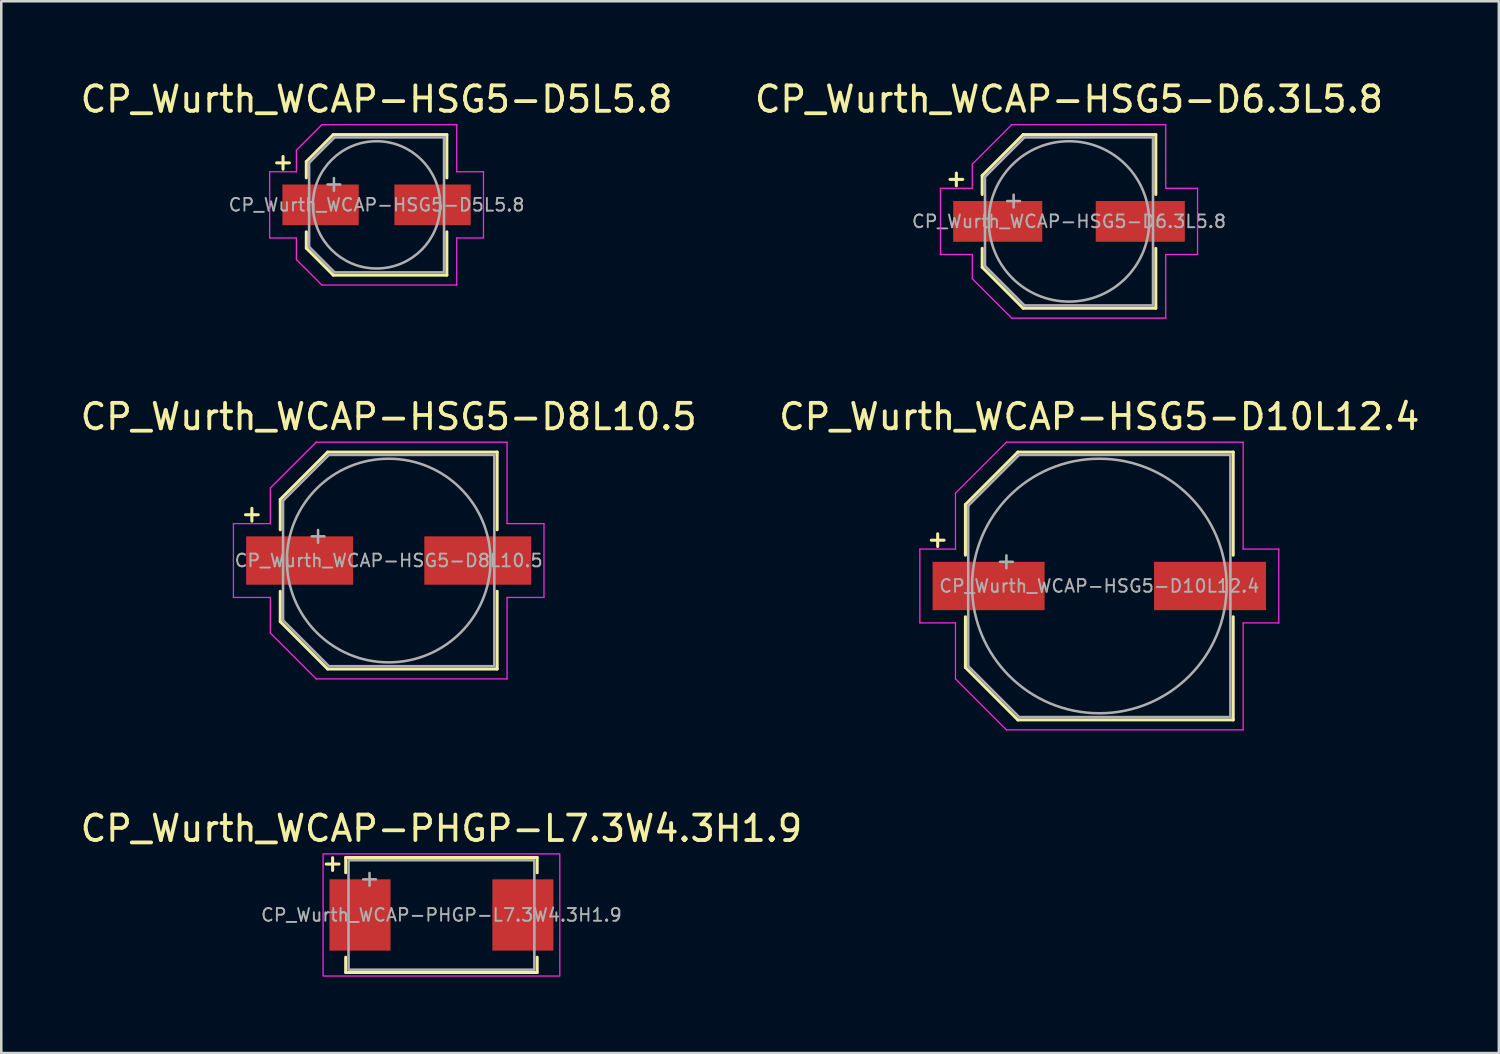
<source format=kicad_pcb>
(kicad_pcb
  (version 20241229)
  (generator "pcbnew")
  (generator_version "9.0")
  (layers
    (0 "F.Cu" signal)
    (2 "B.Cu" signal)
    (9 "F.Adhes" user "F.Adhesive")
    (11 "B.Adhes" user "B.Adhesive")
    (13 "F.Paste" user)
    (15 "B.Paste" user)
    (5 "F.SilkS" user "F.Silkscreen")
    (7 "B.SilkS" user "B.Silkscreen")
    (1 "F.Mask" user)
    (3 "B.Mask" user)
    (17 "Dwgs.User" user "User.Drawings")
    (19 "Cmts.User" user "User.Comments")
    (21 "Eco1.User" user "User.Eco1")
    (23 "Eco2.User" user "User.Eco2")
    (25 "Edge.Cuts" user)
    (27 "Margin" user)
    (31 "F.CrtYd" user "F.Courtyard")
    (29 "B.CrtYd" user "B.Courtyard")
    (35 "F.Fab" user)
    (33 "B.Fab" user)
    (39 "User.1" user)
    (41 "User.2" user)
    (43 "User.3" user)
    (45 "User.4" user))
  (footprint "CP_Wurth_WCAP-HSG5-D10L12.4"
    (layer "F.Cu")
    (at 40.137 19.971)
    (property "Reference" "CP_Wurth_WCAP-HSG5-D10L12.4" (at 0 -6.65 0) (unlocked yes) (layer "F.SilkS") (effects (font (size 1 1) (thickness 0.15))))
    (attr smd)
    (fp_line (start -6.35 -1.55) (end -6.35 -2.05) (stroke (width 0.12) (type solid)) (layer "F.SilkS"))
    (fp_line (start -6.1 -1.8) (end -6.6 -1.8) (stroke (width 0.12) (type solid)) (layer "F.SilkS"))
    (fp_line (start -5.26 -3.2) (end -5.26 -1.21) (stroke (width 0.12) (type default)) (layer "F.SilkS"))
    (fp_line (start -5.26 -3.2) (end -3.2 -5.26) (stroke (width 0.12) (type default)) (layer "F.SilkS"))
    (fp_line (start -5.26 3.2) (end -5.26 1.21) (stroke (width 0.12) (type default)) (layer "F.SilkS"))
    (fp_line (start -5.26 3.2) (end -3.2 5.26) (stroke (width 0.12) (type default)) (layer "F.SilkS"))
    (fp_line (start -3.2 -5.26) (end 5.26 -5.26) (stroke (width 0.12) (type solid)) (layer "F.SilkS"))
    (fp_line (start -3.2 5.26) (end 5.26 5.26) (stroke (width 0.12) (type solid)) (layer "F.SilkS"))
    (fp_line (start 5.26 -5.26) (end 5.26 -1.21) (stroke (width 0.12) (type default)) (layer "F.SilkS"))
    (fp_line (start 5.26 1.21) (end 5.26 5.26) (stroke (width 0.12) (type default)) (layer "F.SilkS"))
    (fp_line (start -7.05 -1.45) (end -7.05 1.45) (stroke (width 0.05) (type default)) (layer "F.CrtYd"))
    (fp_line (start -7.05 -1.45) (end -5.65 -1.45) (stroke (width 0.05) (type default)) (layer "F.CrtYd"))
    (fp_line (start -7.05 1.45) (end -5.65 1.45) (stroke (width 0.05) (type default)) (layer "F.CrtYd"))
    (fp_line (start -5.65 -3.65) (end -5.65 -1.45) (stroke (width 0.05) (type default)) (layer "F.CrtYd"))
    (fp_line (start -5.65 -3.65) (end -3.65 -5.65) (stroke (width 0.05) (type default)) (layer "F.CrtYd"))
    (fp_line (start -5.65 1.45) (end -5.65 3.65) (stroke (width 0.05) (type default)) (layer "F.CrtYd"))
    (fp_line (start -5.65 3.65) (end -3.65 5.65) (stroke (width 0.05) (type default)) (layer "F.CrtYd"))
    (fp_line (start -3.65 -5.65) (end 5.65 -5.65) (stroke (width 0.05) (type default)) (layer "F.CrtYd"))
    (fp_line (start -3.65 5.65) (end 5.65 5.65) (stroke (width 0.05) (type default)) (layer "F.CrtYd"))
    (fp_line (start 5.65 -5.65) (end 5.65 -1.45) (stroke (width 0.05) (type default)) (layer "F.CrtYd"))
    (fp_line (start 5.65 -1.45) (end 7.05 -1.45) (stroke (width 0.05) (type default)) (layer "F.CrtYd"))
    (fp_line (start 5.65 1.45) (end 5.65 5.65) (stroke (width 0.05) (type default)) (layer "F.CrtYd"))
    (fp_line (start 5.65 1.45) (end 7.05 1.45) (stroke (width 0.05) (type default)) (layer "F.CrtYd"))
    (fp_line (start 7.05 -1.45) (end 7.05 1.45) (stroke (width 0.05) (type default)) (layer "F.CrtYd"))
    (fp_line (start -5.15 -3.15) (end -3.15 -5.15) (stroke (width 0.1) (type default)) (layer "F.Fab"))
    (fp_line (start -5.15 3.15) (end -5.15 -3.15) (stroke (width 0.1) (type default)) (layer "F.Fab"))
    (fp_line (start -3.65 -0.7) (end -3.65 -1.2) (stroke (width 0.1) (type default)) (layer "F.Fab"))
    (fp_line (start -3.4 -0.95) (end -3.9 -0.95) (stroke (width 0.1) (type default)) (layer "F.Fab"))
    (fp_line (start -3.15 -5.15) (end 5.15 -5.15) (stroke (width 0.1) (type default)) (layer "F.Fab"))
    (fp_line (start -3.15 5.15) (end -5.15 3.15) (stroke (width 0.1) (type default)) (layer "F.Fab"))
    (fp_line (start 5.15 -5.15) (end 5.15 5.15) (stroke (width 0.1) (type default)) (layer "F.Fab"))
    (fp_line (start 5.15 5.15) (end -3.15 5.15) (stroke (width 0.1) (type default)) (layer "F.Fab"))
    (fp_circle (center 0 0) (end 5 0) (stroke (width 0.1) (type default)) (fill no) (layer "F.Fab"))
    (fp_text user "${REFERENCE}" (at 0 0 0) (unlocked yes) (layer "F.Fab") (effects (font (size 0.5 0.5) (thickness 0.075))))
    (pad "1" smd rect (at -4.35 0) (size 4.4 1.9) (layers "F.Cu" "F.Mask" "F.Paste"))
    (pad "2" smd rect (at 4.35 0) (size 4.4 1.9) (layers "F.Cu" "F.Mask" "F.Paste")))
  (footprint "CP_Wurth_WCAP-PHGP-L7.3W4.3H1.9"
    (layer "F.Cu")
    (at 14.292 32.895)
    (property "Reference" "CP_Wurth_WCAP-PHGP-L7.3W4.3H1.9" (at 0 -3.4 0) (unlocked yes) (layer "F.SilkS") (effects (font (size 1 1) (thickness 0.15))))
    (attr smd)
    (fp_line (start -4.275 -1.75) (end -4.275 -2.25) (stroke (width 0.12) (type solid)) (layer "F.SilkS"))
    (fp_line (start -4.025 -2) (end -4.525 -2) (stroke (width 0.12) (type solid)) (layer "F.SilkS"))
    (fp_line (start -3.76 -2.26) (end -3.76 -1.66) (stroke (width 0.12) (type solid)) (layer "F.SilkS"))
    (fp_line (start -3.76 -2.26) (end 3.76 -2.26) (stroke (width 0.12) (type solid)) (layer "F.SilkS"))
    (fp_line (start -3.76 2.26) (end -3.76 1.66) (stroke (width 0.12) (type solid)) (layer "F.SilkS"))
    (fp_line (start -3.76 2.26) (end 3.76 2.26) (stroke (width 0.12) (type solid)) (layer "F.SilkS"))
    (fp_line (start 3.76 -2.26) (end 3.76 -1.66) (stroke (width 0.12) (type solid)) (layer "F.SilkS"))
    (fp_line (start 3.76 2.26) (end 3.76 1.66) (stroke (width 0.12) (type solid)) (layer "F.SilkS"))
    (fp_rect (start -4.65 -2.4) (end 4.65 2.4) (stroke (width 0.05) (type solid)) (fill no) (layer "F.CrtYd"))
    (fp_line (start -2.825 -1.15) (end -2.825 -1.65) (stroke (width 0.1) (type default)) (layer "F.Fab"))
    (fp_line (start -2.575 -1.4) (end -3.075 -1.4) (stroke (width 0.1) (type default)) (layer "F.Fab"))
    (fp_rect (start -3.65 -2.15) (end 3.65 2.15) (stroke (width 0.1) (type solid)) (fill no) (layer "F.Fab"))
    (fp_text user "${REFERENCE}" (at 0 0 0) (unlocked yes) (layer "F.Fab") (effects (font (size 0.5 0.5) (thickness 0.075))))
    (pad "1" smd rect (at -3.2 0) (size 2.4 2.8) (layers "F.Cu" "F.Mask" "F.Paste"))
    (pad "2" smd rect (at 3.2 0) (size 2.4 2.8) (layers "F.Cu" "F.Mask" "F.Paste")))
  (footprint "CP_Wurth_WCAP-HSG5-D8L10.5"
    (layer "F.Cu")
    (at 12.22 18.971)
    (property "Reference" "CP_Wurth_WCAP-HSG5-D8L10.5" (at 0 -5.65 0) (unlocked yes) (layer "F.SilkS") (effects (font (size 1 1) (thickness 0.15))))
    (attr smd)
    (fp_line (start -5.375 -1.55) (end -5.375 -2.05) (stroke (width 0.12) (type solid)) (layer "F.SilkS"))
    (fp_line (start -5.125 -1.8) (end -5.625 -1.8) (stroke (width 0.12) (type solid)) (layer "F.SilkS"))
    (fp_line (start -4.26 -2.4) (end -4.26 -1.21) (stroke (width 0.12) (type default)) (layer "F.SilkS"))
    (fp_line (start -4.26 -2.4) (end -2.4 -4.26) (stroke (width 0.12) (type default)) (layer "F.SilkS"))
    (fp_line (start -4.26 2.4) (end -4.26 1.21) (stroke (width 0.12) (type default)) (layer "F.SilkS"))
    (fp_line (start -4.26 2.4) (end -2.4 4.26) (stroke (width 0.12) (type default)) (layer "F.SilkS"))
    (fp_line (start -2.4 -4.26) (end 4.26 -4.26) (stroke (width 0.12) (type solid)) (layer "F.SilkS"))
    (fp_line (start -2.4 4.26) (end 4.26 4.26) (stroke (width 0.12) (type solid)) (layer "F.SilkS"))
    (fp_line (start 4.26 -4.26) (end 4.26 -1.21) (stroke (width 0.12) (type default)) (layer "F.SilkS"))
    (fp_line (start 4.26 1.21) (end 4.26 4.26) (stroke (width 0.12) (type default)) (layer "F.SilkS"))
    (fp_line (start -6.1 -1.45) (end -6.1 1.45) (stroke (width 0.05) (type default)) (layer "F.CrtYd"))
    (fp_line (start -6.1 -1.45) (end -4.65 -1.45) (stroke (width 0.05) (type default)) (layer "F.CrtYd"))
    (fp_line (start -6.1 1.45) (end -4.65 1.45) (stroke (width 0.05) (type default)) (layer "F.CrtYd"))
    (fp_line (start -4.65 -2.85) (end -4.65 -1.45) (stroke (width 0.05) (type default)) (layer "F.CrtYd"))
    (fp_line (start -4.65 -2.85) (end -2.85 -4.65) (stroke (width 0.05) (type default)) (layer "F.CrtYd"))
    (fp_line (start -4.65 1.45) (end -4.65 2.85) (stroke (width 0.05) (type default)) (layer "F.CrtYd"))
    (fp_line (start -4.65 2.85) (end -2.85 4.65) (stroke (width 0.05) (type default)) (layer "F.CrtYd"))
    (fp_line (start -2.85 -4.65) (end 4.65 -4.65) (stroke (width 0.05) (type default)) (layer "F.CrtYd"))
    (fp_line (start -2.85 4.65) (end 4.65 4.65) (stroke (width 0.05) (type default)) (layer "F.CrtYd"))
    (fp_line (start 4.65 -4.65) (end 4.65 -1.45) (stroke (width 0.05) (type default)) (layer "F.CrtYd"))
    (fp_line (start 4.65 -1.45) (end 6.1 -1.45) (stroke (width 0.05) (type default)) (layer "F.CrtYd"))
    (fp_line (start 4.65 1.45) (end 4.65 4.65) (stroke (width 0.05) (type default)) (layer "F.CrtYd"))
    (fp_line (start 4.65 1.45) (end 6.1 1.45) (stroke (width 0.05) (type default)) (layer "F.CrtYd"))
    (fp_line (start 6.1 -1.45) (end 6.1 1.45) (stroke (width 0.05) (type default)) (layer "F.CrtYd"))
    (fp_line (start -4.15 -2.35) (end -2.35 -4.15) (stroke (width 0.1) (type default)) (layer "F.Fab"))
    (fp_line (start -4.15 2.35) (end -4.15 -2.35) (stroke (width 0.1) (type default)) (layer "F.Fab"))
    (fp_line (start -2.775 -0.7) (end -2.775 -1.2) (stroke (width 0.1) (type default)) (layer "F.Fab"))
    (fp_line (start -2.525 -0.95) (end -3.025 -0.95) (stroke (width 0.1) (type default)) (layer "F.Fab"))
    (fp_line (start -2.35 -4.15) (end 4.15 -4.15) (stroke (width 0.1) (type default)) (layer "F.Fab"))
    (fp_line (start -2.35 4.15) (end -4.15 2.35) (stroke (width 0.1) (type default)) (layer "F.Fab"))
    (fp_line (start 4.15 -4.15) (end 4.15 4.15) (stroke (width 0.1) (type default)) (layer "F.Fab"))
    (fp_line (start 4.15 4.15) (end -2.35 4.15) (stroke (width 0.1) (type default)) (layer "F.Fab"))
    (fp_circle (center 0 0) (end 4 0) (stroke (width 0.1) (type default)) (fill no) (layer "F.Fab"))
    (fp_text user "${REFERENCE}" (at 0 0 0) (unlocked yes) (layer "F.Fab") (effects (font (size 0.5 0.5) (thickness 0.075))))
    (pad "1" smd rect (at -3.5 0) (size 4.2 1.9) (layers "F.Cu" "F.Mask" "F.Paste"))
    (pad "2" smd rect (at 3.5 0) (size 4.2 1.9) (layers "F.Cu" "F.Mask" "F.Paste")))
  (footprint "CP_Wurth_WCAP-HSG5-D6.3L5.8"
    (layer "F.Cu")
    (at 38.946 5.648)
    (property "Reference" "CP_Wurth_WCAP-HSG5-D6.3L5.8" (at 0 -4.8 0) (unlocked yes) (layer "F.SilkS") (effects (font (size 1 1) (thickness 0.15))))
    (attr smd)
    (fp_line (start -4.425 -1.4) (end -4.425 -1.9) (stroke (width 0.12) (type solid)) (layer "F.SilkS"))
    (fp_line (start -4.175 -1.65) (end -4.675 -1.65) (stroke (width 0.12) (type solid)) (layer "F.SilkS"))
    (fp_line (start -3.41 -1.8) (end -3.41 -1.06) (stroke (width 0.12) (type default)) (layer "F.SilkS"))
    (fp_line (start -3.41 -1.8) (end -1.8 -3.41) (stroke (width 0.12) (type default)) (layer "F.SilkS"))
    (fp_line (start -3.41 1.8) (end -3.41 1.06) (stroke (width 0.12) (type default)) (layer "F.SilkS"))
    (fp_line (start -3.41 1.8) (end -1.8 3.41) (stroke (width 0.12) (type default)) (layer "F.SilkS"))
    (fp_line (start -1.8 -3.41) (end 3.41 -3.41) (stroke (width 0.12) (type solid)) (layer "F.SilkS"))
    (fp_line (start -1.8 3.41) (end 3.41 3.41) (stroke (width 0.12) (type solid)) (layer "F.SilkS"))
    (fp_line (start 3.41 -3.41) (end 3.41 -1.06) (stroke (width 0.12) (type default)) (layer "F.SilkS"))
    (fp_line (start 3.41 1.06) (end 3.41 3.41) (stroke (width 0.12) (type default)) (layer "F.SilkS"))
    (fp_line (start -5.05 -1.3) (end -5.05 1.3) (stroke (width 0.05) (type default)) (layer "F.CrtYd"))
    (fp_line (start -5.05 -1.3) (end -3.8 -1.3) (stroke (width 0.05) (type default)) (layer "F.CrtYd"))
    (fp_line (start -5.05 1.3) (end -3.8 1.3) (stroke (width 0.05) (type default)) (layer "F.CrtYd"))
    (fp_line (start -3.8 -2.25) (end -3.8 -1.3) (stroke (width 0.05) (type default)) (layer "F.CrtYd"))
    (fp_line (start -3.8 -2.25) (end -2.25 -3.8) (stroke (width 0.05) (type default)) (layer "F.CrtYd"))
    (fp_line (start -3.8 1.3) (end -3.8 2.25) (stroke (width 0.05) (type default)) (layer "F.CrtYd"))
    (fp_line (start -3.8 2.25) (end -2.25 3.8) (stroke (width 0.05) (type default)) (layer "F.CrtYd"))
    (fp_line (start -2.25 -3.8) (end 3.8 -3.8) (stroke (width 0.05) (type default)) (layer "F.CrtYd"))
    (fp_line (start -2.25 3.8) (end 3.8 3.8) (stroke (width 0.05) (type default)) (layer "F.CrtYd"))
    (fp_line (start 3.8 -3.8) (end 3.8 -1.3) (stroke (width 0.05) (type default)) (layer "F.CrtYd"))
    (fp_line (start 3.8 -1.3) (end 5.05 -1.3) (stroke (width 0.05) (type default)) (layer "F.CrtYd"))
    (fp_line (start 3.8 1.3) (end 3.8 3.8) (stroke (width 0.05) (type default)) (layer "F.CrtYd"))
    (fp_line (start 3.8 1.3) (end 5.05 1.3) (stroke (width 0.05) (type default)) (layer "F.CrtYd"))
    (fp_line (start 5.05 -1.3) (end 5.05 1.3) (stroke (width 0.05) (type default)) (layer "F.CrtYd"))
    (fp_line (start -3.3 -1.75) (end -1.75 -3.3) (stroke (width 0.1) (type default)) (layer "F.Fab"))
    (fp_line (start -3.3 1.75) (end -3.3 -1.75) (stroke (width 0.1) (type default)) (layer "F.Fab"))
    (fp_line (start -2.175 -0.55) (end -2.175 -1.05) (stroke (width 0.1) (type default)) (layer "F.Fab"))
    (fp_line (start -1.925 -0.8) (end -2.425 -0.8) (stroke (width 0.1) (type default)) (layer "F.Fab"))
    (fp_line (start -1.75 -3.3) (end 3.3 -3.3) (stroke (width 0.1) (type default)) (layer "F.Fab"))
    (fp_line (start -1.75 3.3) (end -3.3 1.75) (stroke (width 0.1) (type default)) (layer "F.Fab"))
    (fp_line (start 3.3 -3.3) (end 3.3 3.3) (stroke (width 0.1) (type default)) (layer "F.Fab"))
    (fp_line (start 3.3 3.3) (end -1.75 3.3) (stroke (width 0.1) (type default)) (layer "F.Fab"))
    (fp_circle (center 0 0) (end 3.15 0) (stroke (width 0.1) (type default)) (fill no) (layer "F.Fab"))
    (fp_text user "${REFERENCE}" (at 0 0 0) (unlocked yes) (layer "F.Fab") (effects (font (size 0.5 0.5) (thickness 0.075))))
    (pad "1" smd rect (at -2.8 0) (size 3.5 1.6) (layers "F.Cu" "F.Mask" "F.Paste"))
    (pad "2" smd rect (at 2.8 0) (size 3.5 1.6) (layers "F.Cu" "F.Mask" "F.Paste")))
  (footprint "CP_Wurth_WCAP-HSG5-D5L5.8"
    (layer "F.Cu")
    (at 11.744 4.998)
    (property "Reference" "CP_Wurth_WCAP-HSG5-D5L5.8" (at 0 -4.15 0) (unlocked yes) (layer "F.SilkS") (effects (font (size 1 1) (thickness 0.15))))
    (attr smd)
    (fp_line (start -3.675 -1.4) (end -3.675 -1.9) (stroke (width 0.12) (type solid)) (layer "F.SilkS"))
    (fp_line (start -3.425 -1.65) (end -3.925 -1.65) (stroke (width 0.12) (type solid)) (layer "F.SilkS"))
    (fp_line (start -2.76 -1.7) (end -2.76 -1.06) (stroke (width 0.12) (type default)) (layer "F.SilkS"))
    (fp_line (start -2.76 -1.7) (end -1.7 -2.76) (stroke (width 0.12) (type default)) (layer "F.SilkS"))
    (fp_line (start -2.76 1.7) (end -2.76 1.06) (stroke (width 0.12) (type default)) (layer "F.SilkS"))
    (fp_line (start -2.76 1.7) (end -1.7 2.76) (stroke (width 0.12) (type default)) (layer "F.SilkS"))
    (fp_line (start -1.7 -2.76) (end 2.76 -2.76) (stroke (width 0.12) (type solid)) (layer "F.SilkS"))
    (fp_line (start -1.7 2.76) (end 2.76 2.76) (stroke (width 0.12) (type solid)) (layer "F.SilkS"))
    (fp_line (start 2.76 -2.76) (end 2.76 -1.06) (stroke (width 0.12) (type default)) (layer "F.SilkS"))
    (fp_line (start 2.76 1.06) (end 2.76 2.76) (stroke (width 0.12) (type default)) (layer "F.SilkS"))
    (fp_line (start -4.2 -1.3) (end -4.2 1.3) (stroke (width 0.05) (type default)) (layer "F.CrtYd"))
    (fp_line (start -4.2 -1.3) (end -3.15 -1.3) (stroke (width 0.05) (type default)) (layer "F.CrtYd"))
    (fp_line (start -4.2 1.3) (end -3.15 1.3) (stroke (width 0.05) (type default)) (layer "F.CrtYd"))
    (fp_line (start -3.15 -2.15) (end -3.15 -1.3) (stroke (width 0.05) (type default)) (layer "F.CrtYd"))
    (fp_line (start -3.15 -2.15) (end -2.15 -3.15) (stroke (width 0.05) (type default)) (layer "F.CrtYd"))
    (fp_line (start -3.15 1.3) (end -3.15 2.15) (stroke (width 0.05) (type default)) (layer "F.CrtYd"))
    (fp_line (start -3.15 2.15) (end -2.15 3.15) (stroke (width 0.05) (type default)) (layer "F.CrtYd"))
    (fp_line (start -2.15 -3.15) (end 3.15 -3.15) (stroke (width 0.05) (type default)) (layer "F.CrtYd"))
    (fp_line (start -2.15 3.15) (end 3.15 3.15) (stroke (width 0.05) (type default)) (layer "F.CrtYd"))
    (fp_line (start 3.15 -3.15) (end 3.15 -1.3) (stroke (width 0.05) (type default)) (layer "F.CrtYd"))
    (fp_line (start 3.15 -1.3) (end 4.2 -1.3) (stroke (width 0.05) (type default)) (layer "F.CrtYd"))
    (fp_line (start 3.15 1.3) (end 3.15 3.15) (stroke (width 0.05) (type default)) (layer "F.CrtYd"))
    (fp_line (start 3.15 1.3) (end 4.2 1.3) (stroke (width 0.05) (type default)) (layer "F.CrtYd"))
    (fp_line (start 4.2 -1.3) (end 4.2 1.3) (stroke (width 0.05) (type default)) (layer "F.CrtYd"))
    (fp_line (start -2.65 -1.65) (end -1.65 -2.65) (stroke (width 0.1) (type default)) (layer "F.Fab"))
    (fp_line (start -2.65 1.65) (end -2.65 -1.65) (stroke (width 0.1) (type default)) (layer "F.Fab"))
    (fp_line (start -1.675 -0.55) (end -1.675 -1.05) (stroke (width 0.1) (type default)) (layer "F.Fab"))
    (fp_line (start -1.65 -2.65) (end 2.65 -2.65) (stroke (width 0.1) (type default)) (layer "F.Fab"))
    (fp_line (start -1.65 2.65) (end -2.65 1.65) (stroke (width 0.1) (type default)) (layer "F.Fab"))
    (fp_line (start -1.425 -0.8) (end -1.925 -0.8) (stroke (width 0.1) (type default)) (layer "F.Fab"))
    (fp_line (start 2.65 -2.65) (end 2.65 2.65) (stroke (width 0.1) (type default)) (layer "F.Fab"))
    (fp_line (start 2.65 2.65) (end -1.65 2.65) (stroke (width 0.1) (type default)) (layer "F.Fab"))
    (fp_circle (center 0 0) (end 2.5 0) (stroke (width 0.1) (type default)) (fill no) (layer "F.Fab"))
    (fp_text user "${REFERENCE}" (at 0 0 0) (unlocked yes) (layer "F.Fab") (effects (font (size 0.5 0.5) (thickness 0.075))))
    (pad "1" smd rect (at -2.2 0) (size 3 1.6) (layers "F.Cu" "F.Mask" "F.Paste"))
    (pad "2" smd rect (at 2.2 0) (size 3 1.6) (layers "F.Cu" "F.Mask" "F.Paste")))
  (gr_rect
    (start -3 -3)
    (end 55.833 38.32)
    (stroke (width 0.1) (type default))
    (fill no)
    (layer "Edge.Cuts")))
</source>
